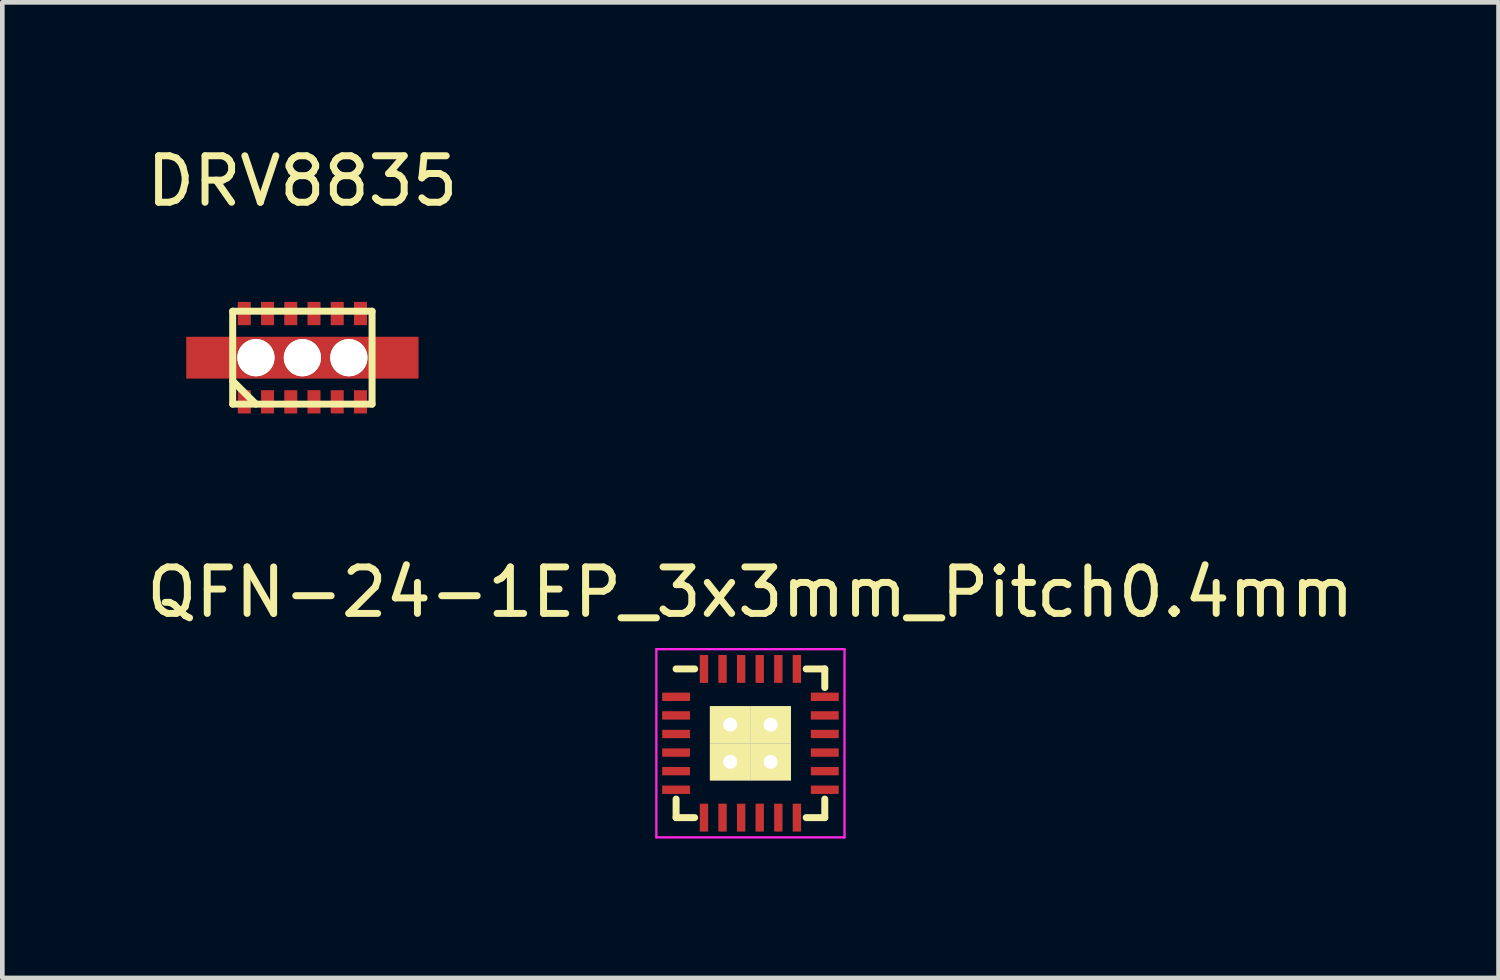
<source format=kicad_pcb>
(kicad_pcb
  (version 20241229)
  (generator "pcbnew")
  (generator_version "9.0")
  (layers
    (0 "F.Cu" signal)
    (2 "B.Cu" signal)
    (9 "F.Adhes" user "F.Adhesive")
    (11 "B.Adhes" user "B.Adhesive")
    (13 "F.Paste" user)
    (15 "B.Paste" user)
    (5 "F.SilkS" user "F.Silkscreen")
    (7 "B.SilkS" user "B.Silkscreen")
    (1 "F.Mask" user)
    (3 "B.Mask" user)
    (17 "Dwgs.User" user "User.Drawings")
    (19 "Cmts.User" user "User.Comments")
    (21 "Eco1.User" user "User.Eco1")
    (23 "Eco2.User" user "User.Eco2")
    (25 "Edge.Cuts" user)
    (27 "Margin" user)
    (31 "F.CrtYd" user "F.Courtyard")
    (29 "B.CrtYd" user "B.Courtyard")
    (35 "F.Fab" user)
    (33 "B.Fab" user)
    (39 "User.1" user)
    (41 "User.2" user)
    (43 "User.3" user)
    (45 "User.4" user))
  (footprint "QFN-24-1EP_3x3mm_Pitch0.4mm"
    (layer "F.Cu")
    (at 13.101 12.947)
    (property "Reference" "QFN-24-1EP_3x3mm_Pitch0.4mm" (at 0 -3.25 0) (layer "F.SilkS") (effects (font (size 1 1) (thickness 0.15))))
    (attr smd)
    (fp_line (start -1.6 -1.6) (end -1.2 -1.6) (stroke (width 0.15) (type solid)) (layer "F.SilkS"))
    (fp_line (start -1.6 1.6) (end -1.6 1.2) (stroke (width 0.15) (type solid)) (layer "F.SilkS"))
    (fp_line (start -1.6 1.6) (end -1.2 1.6) (stroke (width 0.15) (type solid)) (layer "F.SilkS"))
    (fp_line (start 1.6 -1.6) (end 1.2 -1.6) (stroke (width 0.15) (type solid)) (layer "F.SilkS"))
    (fp_line (start 1.6 -1.6) (end 1.6 -1.2) (stroke (width 0.15) (type solid)) (layer "F.SilkS"))
    (fp_line (start 1.6 1.6) (end 1.2 1.6) (stroke (width 0.15) (type solid)) (layer "F.SilkS"))
    (fp_line (start 1.6 1.6) (end 1.6 1.2) (stroke (width 0.15) (type solid)) (layer "F.SilkS"))
    (fp_line (start -2.025 -2.025) (end 2.025 -2.025) (stroke (width 0.05) (type solid)) (layer "F.CrtYd"))
    (fp_line (start -2.025 2.025) (end -2.025 -2.025) (stroke (width 0.05) (type solid)) (layer "F.CrtYd"))
    (fp_line (start 2.025 -2.025) (end 2.025 2.025) (stroke (width 0.05) (type solid)) (layer "F.CrtYd"))
    (fp_line (start 2.025 2.025) (end -2.025 2.025) (stroke (width 0.05) (type solid)) (layer "F.CrtYd"))
    (pad "1" smd rect (at -1.6 -1) (size 0.6 0.18) (layers "F.Cu" "F.Mask" "F.Paste"))
    (pad "2" smd rect (at -1.6 -0.6) (size 0.6 0.18) (layers "F.Cu" "F.Mask" "F.Paste"))
    (pad "3" smd rect (at -1.6 -0.2) (size 0.6 0.18) (layers "F.Cu" "F.Mask" "F.Paste"))
    (pad "4" smd rect (at -1.6 0.2) (size 0.6 0.18) (layers "F.Cu" "F.Mask" "F.Paste"))
    (pad "5" smd rect (at -1.6 0.6) (size 0.6 0.18) (layers "F.Cu" "F.Mask" "F.Paste"))
    (pad "6" smd rect (at -1.6 1) (size 0.6 0.18) (layers "F.Cu" "F.Mask" "F.Paste"))
    (pad "7" smd rect (at -1 1.6) (size 0.18 0.6) (layers "F.Cu" "F.Mask" "F.Paste"))
    (pad "8" smd rect (at -0.6 1.6) (size 0.18 0.6) (layers "F.Cu" "F.Mask" "F.Paste"))
    (pad "9" smd rect (at -0.2 1.6) (size 0.18 0.6) (layers "F.Cu" "F.Mask" "F.Paste"))
    (pad "10" smd rect (at 0.2 1.6) (size 0.18 0.6) (layers "F.Cu" "F.Mask" "F.Paste"))
    (pad "11" smd rect (at 0.6 1.6) (size 0.18 0.6) (layers "F.Cu" "F.Mask" "F.Paste"))
    (pad "12" smd rect (at 1 1.6) (size 0.18 0.6) (layers "F.Cu" "F.Mask" "F.Paste"))
    (pad "13" smd rect (at 1.6 1) (size 0.6 0.18) (layers "F.Cu" "F.Mask" "F.Paste"))
    (pad "14" smd rect (at 1.6 0.6) (size 0.6 0.18) (layers "F.Cu" "F.Mask" "F.Paste"))
    (pad "15" smd rect (at 1.6 0.2) (size 0.6 0.18) (layers "F.Cu" "F.Mask" "F.Paste"))
    (pad "16" smd rect (at 1.6 -0.2) (size 0.6 0.18) (layers "F.Cu" "F.Mask" "F.Paste"))
    (pad "17" smd rect (at 1.6 -0.6) (size 0.6 0.18) (layers "F.Cu" "F.Mask" "F.Paste"))
    (pad "18" smd rect (at 1.6 -1) (size 0.6 0.18) (layers "F.Cu" "F.Mask" "F.Paste"))
    (pad "19" smd rect (at 1 -1.6) (size 0.18 0.6) (layers "F.Cu" "F.Mask" "F.Paste"))
    (pad "20" smd rect (at 0.6 -1.6) (size 0.18 0.6) (layers "F.Cu" "F.Mask" "F.Paste"))
    (pad "21" smd rect (at 0.2 -1.6) (size 0.18 0.6) (layers "F.Cu" "F.Mask" "F.Paste"))
    (pad "22" smd rect (at -0.2 -1.6) (size 0.18 0.6) (layers "F.Cu" "F.Mask" "F.Paste"))
    (pad "23" smd rect (at -0.6 -1.6) (size 0.18 0.6) (layers "F.Cu" "F.Mask" "F.Paste"))
    (pad "24" smd rect (at -1 -1.6) (size 0.18 0.6) (layers "F.Cu" "F.Mask" "F.Paste"))
    (pad "25" thru_hole rect (at -0.435 -0.4) (size 0.875 0.8) (drill 0.3) (layers "*.Cu" "*.Mask" "F.SilkS"))
    (pad "25" thru_hole rect (at -0.435 0.4) (size 0.875 0.8) (drill 0.3) (layers "*.Cu" "*.Mask" "F.SilkS"))
    (pad "25" thru_hole rect (at 0.435 -0.4) (size 0.875 0.8) (drill 0.3) (layers "*.Cu" "*.Mask" "F.SilkS"))
    (pad "25" thru_hole rect (at 0.435 0.4) (size 0.875 0.8) (drill 0.3) (layers "*.Cu" "*.Mask" "F.SilkS")))
  (footprint "DRV8835"
    (placed yes)
    (layer "F.Cu")
    (at 3.458 4.648)
    (property "Reference" "DRV8835" (at 0 -3.8 0) (layer "F.SilkS") (effects (font (size 1 1) (thickness 0.15))))
    (attr through_hole)
    (fp_line (start -1.5 -1) (end -1.5 1) (stroke (width 0.15) (type solid)) (layer "F.SilkS"))
    (fp_line (start -1.5 0.5) (end -1 1) (stroke (width 0.15) (type solid)) (layer "F.SilkS"))
    (fp_line (start -1.5 1) (end 1.5 1) (stroke (width 0.15) (type solid)) (layer "F.SilkS"))
    (fp_line (start 1.5 -1) (end -1.5 -1) (stroke (width 0.15) (type solid)) (layer "F.SilkS"))
    (fp_line (start 1.5 1) (end 1.5 -1) (stroke (width 0.15) (type solid)) (layer "F.SilkS"))
    (pad "1" smd rect (at -1.25 0.95) (size 0.28 0.5) (layers "F.Cu" "F.Mask" "F.Paste"))
    (pad "2" smd rect (at -0.75 0.95) (size 0.28 0.5) (layers "F.Cu" "F.Mask" "F.Paste"))
    (pad "3" smd rect (at -0.25 0.95) (size 0.28 0.5) (layers "F.Cu" "F.Mask" "F.Paste"))
    (pad "4" smd rect (at 0.25 0.95) (size 0.28 0.5) (layers "F.Cu" "F.Mask" "F.Paste"))
    (pad "5" smd rect (at 0.75 0.95) (size 0.28 0.5) (layers "F.Cu" "F.Mask" "F.Paste"))
    (pad "6" smd rect (at 1.25 0.95) (size 0.28 0.5) (layers "F.Cu" "F.Mask" "F.Paste"))
    (pad "7" smd rect (at 1.25 -0.95) (size 0.28 0.5) (layers "F.Cu" "F.Mask" "F.Paste"))
    (pad "8" smd rect (at 0.75 -0.95) (size 0.28 0.5) (layers "F.Cu" "F.Mask" "F.Paste"))
    (pad "9" smd rect (at 0.25 -0.95) (size 0.28 0.5) (layers "F.Cu" "F.Mask" "F.Paste"))
    (pad "10" smd rect (at -0.25 -0.95) (size 0.28 0.5) (layers "F.Cu" "F.Mask" "F.Paste"))
    (pad "11" smd rect (at -0.75 -0.95) (size 0.28 0.5) (layers "F.Cu" "F.Mask" "F.Paste"))
    (pad "12" smd rect (at -1.25 -0.95) (size 0.28 0.5) (layers "F.Cu" "F.Mask" "F.Paste"))
    (pad "13" thru_hole circle (at -1 0) (size 0.8 0.8) (drill 0.8) (layers "*.Cu" "*.Mask" "F.SilkS"))
    (pad "13" thru_hole circle (at 0 0) (size 0.8 0.8) (drill 0.8) (layers "*.Cu" "*.Mask" "F.SilkS"))
    (pad "13" smd rect (at 0 0) (size 5 0.9) (layers "F.Cu" "F.Mask" "F.Paste"))
    (pad "13" thru_hole circle (at 1 0) (size 0.8 0.8) (drill 0.8) (layers "*.Cu" "*.Mask" "F.SilkS")))
  (gr_rect
    (start -3 -3)
    (end 29.202 17.997)
    (stroke (width 0.1) (type default))
    (fill no)
    (layer "Edge.Cuts")))
</source>
